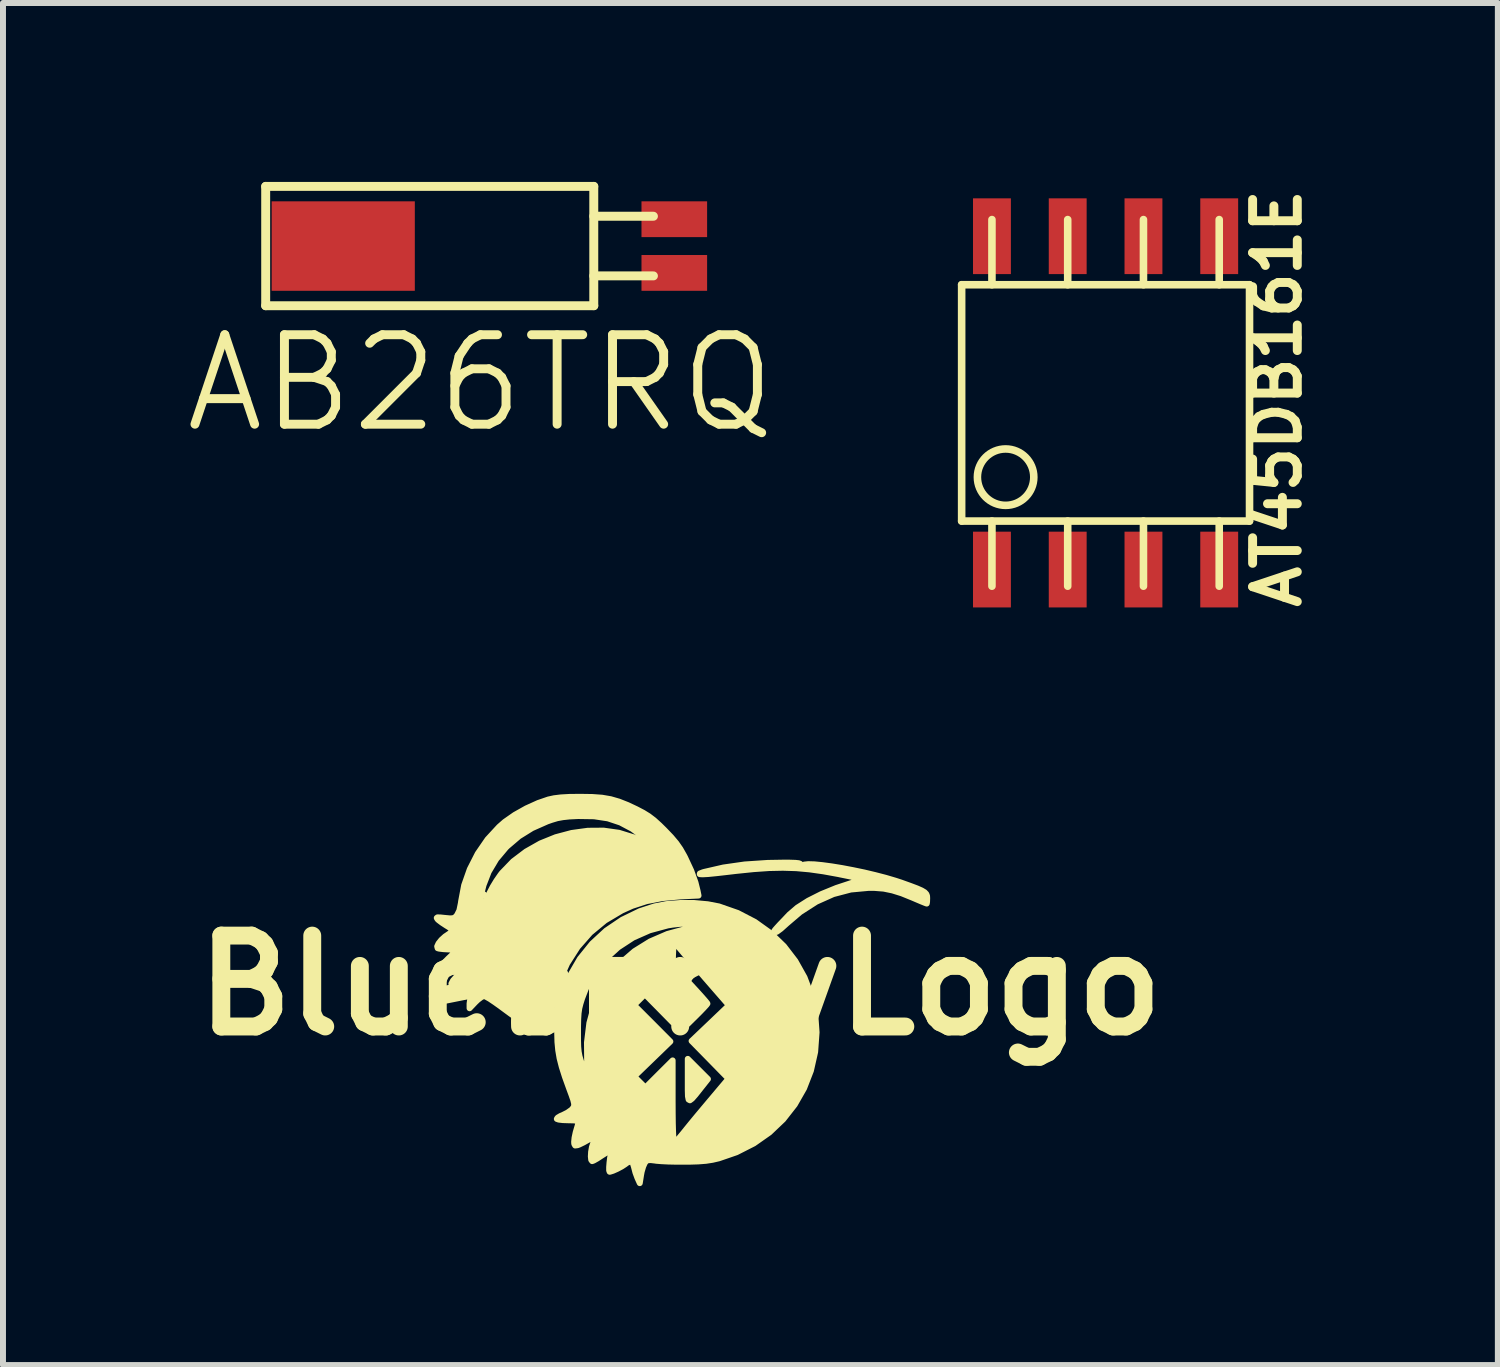
<source format=kicad_pcb>
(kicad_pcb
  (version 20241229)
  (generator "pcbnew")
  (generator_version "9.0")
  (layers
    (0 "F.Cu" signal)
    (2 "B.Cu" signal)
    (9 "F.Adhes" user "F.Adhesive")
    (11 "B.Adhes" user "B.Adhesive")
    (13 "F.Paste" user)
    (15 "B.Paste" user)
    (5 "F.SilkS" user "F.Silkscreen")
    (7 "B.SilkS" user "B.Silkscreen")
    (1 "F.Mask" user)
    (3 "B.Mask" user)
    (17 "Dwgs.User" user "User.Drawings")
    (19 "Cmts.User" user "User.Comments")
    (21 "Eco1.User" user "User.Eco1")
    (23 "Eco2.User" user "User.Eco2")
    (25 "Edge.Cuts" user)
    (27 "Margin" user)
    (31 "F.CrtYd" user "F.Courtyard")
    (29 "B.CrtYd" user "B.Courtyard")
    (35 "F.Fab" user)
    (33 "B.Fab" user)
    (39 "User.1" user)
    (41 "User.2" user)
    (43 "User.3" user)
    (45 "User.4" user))
  (footprint "AB26TRQ"
    (layer "F.Cu")
    (at 3.904 1.075)
    (property "Reference" "AB26TRQ" (at 1.1 2.3 0) (layer "F.SilkS") (effects (font (size 1.5 1.5) (thickness 0.15))))
    (attr through_hole)
    (fp_line (start -2.5 -1) (end -2.5 1) (stroke (width 0.15) (type solid)) (layer "F.SilkS"))
    (fp_line (start -2.5 1) (end 3 1) (stroke (width 0.15) (type solid)) (layer "F.SilkS"))
    (fp_line (start 3 -1) (end -2.5 -1) (stroke (width 0.15) (type solid)) (layer "F.SilkS"))
    (fp_line (start 3 -0.5) (end 4 -0.5) (stroke (width 0.15) (type solid)) (layer "F.SilkS"))
    (fp_line (start 3 0.5) (end 4 0.5) (stroke (width 0.15) (type solid)) (layer "F.SilkS"))
    (fp_line (start 3 1) (end 3 -1) (stroke (width 0.15) (type solid)) (layer "F.SilkS"))
    (pad "" smd rect (at -1.2 0) (size 2.4 1.5) (layers "F.Cu" "F.Mask" "F.Paste"))
    (pad "1" smd rect (at 4.35 0.45) (size 1.1 0.6) (layers "F.Cu" "F.Mask" "F.Paste"))
    (pad "2" smd rect (at 4.35 -0.45) (size 1.1 0.6) (layers "F.Cu" "F.Mask" "F.Paste")))
  (footprint "BlueberryLogo"
    (layer "F.Cu")
    (at 8.353 13.469)
    (property "Reference" "BlueberryLogo" (at 0 0 0) (layer "F.SilkS") (effects (font (size 1.524 1.524) (thickness 0.3))))
    (attr through_hole)
    (fp_poly (pts (xy -3.277 -1.511) (xy -3.289 -1.499) (xy -3.302 -1.511) (xy -3.289 -1.524) (xy -3.277 -1.511)) (stroke (width 0.1) (type solid)) (fill yes) (layer "F.SilkS"))
    (fp_poly (pts (xy 0.456 0.306) (xy 0.44 0.328) (xy 0.395 0.377) (xy 0.33 0.445) (xy 0.292 0.483) (xy 0.127 0.646) (xy 0.128 0.291) (xy 0.128 -0.064) (xy 0.292 0.114) (xy 0.362 0.192) (xy 0.418 0.256) (xy 0.451 0.296) (xy 0.456 0.306)) (stroke (width 0.1) (type solid)) (fill yes) (layer "F.SilkS"))
    (fp_poly (pts (xy 0.465 1.57) (xy 0.335 1.734) (xy 0.256 1.834) (xy 0.199 1.899) (xy 0.163 1.926) (xy 0.141 1.914) (xy 0.13 1.859) (xy 0.127 1.759) (xy 0.127 1.611) (xy 0.127 1.597) (xy 0.127 1.232) (xy 0.296 1.401) (xy 0.465 1.57)) (stroke (width 0.1) (type solid)) (fill yes) (layer "F.SilkS"))
    (fp_poly (pts (xy 4.14 -1.461) (xy 4.138 -1.402) (xy 4.133 -1.372) (xy 4.132 -1.372) (xy 4.107 -1.381) (xy 4.045 -1.406) (xy 3.958 -1.443) (xy 3.897 -1.469) (xy 3.715 -1.543) (xy 3.558 -1.592) (xy 3.412 -1.622) (xy 3.259 -1.634) (xy 3.162 -1.635) (xy 2.859 -1.607) (xy 2.566 -1.53) (xy 2.282 -1.403) (xy 2.011 -1.229) (xy 1.787 -1.038) (xy 1.688 -0.949) (xy 1.62 -0.899) (xy 1.582 -0.888) (xy 1.575 -0.904) (xy 1.578 -0.914) (xy 1.592 -0.933) (xy 1.621 -0.966) (xy 1.671 -1.021) (xy 1.748 -1.101) (xy 1.828 -1.186) (xy 1.965 -1.304) (xy 2.146 -1.419) (xy 2.366 -1.53) (xy 2.618 -1.633) (xy 2.87 -1.716) (xy 2.954 -1.744) (xy 3.009 -1.768) (xy 3.026 -1.784) (xy 3.023 -1.787) (xy 2.984 -1.797) (xy 2.907 -1.814) (xy 2.801 -1.836) (xy 2.677 -1.861) (xy 2.654 -1.866) (xy 2.401 -1.912) (xy 2.168 -1.945) (xy 1.946 -1.965) (xy 1.722 -1.972) (xy 1.487 -1.967) (xy 1.229 -1.949) (xy 0.937 -1.919) (xy 0.792 -1.902) (xy 0.607 -1.881) (xy 0.467 -1.867) (xy 0.374 -1.862) (xy 0.328 -1.865) (xy 0.33 -1.876) (xy 0.381 -1.896) (xy 0.406 -1.903) (xy 0.724 -1.976) (xy 1.081 -2.027) (xy 1.468 -2.053) (xy 1.704 -2.057) (xy 1.839 -2.057) (xy 1.93 -2.054) (xy 1.986 -2.048) (xy 2.012 -2.038) (xy 2.017 -2.024) (xy 2.016 -2.019) (xy 2.017 -1.987) (xy 2.029 -1.981) (xy 2.056 -1.999) (xy 2.057 -2.007) (xy 2.081 -2.025) (xy 2.147 -2.032) (xy 2.25 -2.029) (xy 2.382 -2.016) (xy 2.538 -1.995) (xy 2.711 -1.967) (xy 2.895 -1.932) (xy 3.083 -1.893) (xy 3.268 -1.849) (xy 3.445 -1.803) (xy 3.607 -1.755) (xy 3.699 -1.725) (xy 3.855 -1.669) (xy 3.969 -1.626) (xy 4.048 -1.591) (xy 4.098 -1.561) (xy 4.126 -1.531) (xy 4.138 -1.499) (xy 4.14 -1.461)) (stroke (width 0.1) (type solid)) (fill yes) (layer "F.SilkS"))
    (fp_poly (pts (xy 0.307 -1.506) (xy -0.005 -1.491) (xy -0.302 -1.463) (xy -0.455 -1.433) (xy -0.455 -2.329) (xy -0.483 -2.368) (xy -0.548 -2.431) (xy -0.598 -2.473) (xy -0.801 -2.623) (xy -1.002 -2.73) (xy -1.212 -2.8) (xy -1.443 -2.835) (xy -1.704 -2.839) (xy -1.714 -2.839) (xy -1.858 -2.832) (xy -1.968 -2.82) (xy -2.061 -2.803) (xy -2.154 -2.775) (xy -2.229 -2.749) (xy -2.484 -2.636) (xy -2.703 -2.5) (xy -2.9 -2.332) (xy -2.922 -2.31) (xy -3.084 -2.117) (xy -3.211 -1.904) (xy -3.297 -1.682) (xy -3.316 -1.607) (xy -3.337 -1.503) (xy -3.348 -1.44) (xy -3.35 -1.409) (xy -3.341 -1.403) (xy -3.327 -1.41) (xy -3.309 -1.4) (xy -3.302 -1.354) (xy -3.298 -1.309) (xy -3.285 -1.309) (xy -3.277 -1.321) (xy -3.255 -1.375) (xy -3.252 -1.397) (xy -3.237 -1.457) (xy -3.199 -1.545) (xy -3.145 -1.649) (xy -3.08 -1.756) (xy -3.012 -1.854) (xy -2.988 -1.885) (xy -2.801 -2.079) (xy -2.583 -2.244) (xy -2.343 -2.38) (xy -2.086 -2.484) (xy -1.819 -2.555) (xy -1.549 -2.592) (xy -1.283 -2.594) (xy -1.027 -2.558) (xy -0.788 -2.484) (xy -0.598 -2.386) (xy -0.512 -2.336) (xy -0.465 -2.318) (xy -0.455 -2.329) (xy -0.455 -1.433) (xy -0.565 -1.412) (xy -0.807 -1.333) (xy -0.978 -1.256) (xy -1.261 -1.088) (xy -1.509 -0.883) (xy -1.72 -0.643) (xy -1.895 -0.369) (xy -2.033 -0.061) (xy -2.132 0.28) (xy -2.144 0.335) (xy -2.164 0.439) (xy -2.178 0.533) (xy -2.185 0.597) (xy -2.185 0.602) (xy -2.193 0.693) (xy -2.212 0.758) (xy -2.241 0.786) (xy -2.245 0.786) (xy -2.282 0.777) (xy -2.35 0.752) (xy -2.413 0.727) (xy -2.513 0.682) (xy -2.612 0.629) (xy -2.72 0.561) (xy -2.847 0.473) (xy -3.003 0.358) (xy -3.012 0.351) (xy -3.109 0.282) (xy -3.194 0.225) (xy -3.258 0.189) (xy -3.289 0.178) (xy -3.331 0.195) (xy -3.391 0.24) (xy -3.433 0.28) (xy -3.531 0.383) (xy -3.531 0.305) (xy -3.52 0.228) (xy -3.496 0.143) (xy -3.493 0.136) (xy -3.468 0.075) (xy -3.455 0.039) (xy -3.454 0.035) (xy -3.478 0.03) (xy -3.539 0.027) (xy -3.627 0.025) (xy -3.645 0.025) (xy -3.756 0.021) (xy -3.819 0.005) (xy -3.836 -0.028) (xy -3.808 -0.082) (xy -3.738 -0.161) (xy -3.729 -0.17) (xy -3.622 -0.279) (xy -3.817 -0.279) (xy -3.918 -0.283) (xy -3.986 -0.291) (xy -4.013 -0.304) (xy -4.013 -0.305) (xy -3.996 -0.334) (xy -3.95 -0.387) (xy -3.886 -0.453) (xy -3.874 -0.464) (xy -3.735 -0.597) (xy -3.888 -0.603) (xy -3.974 -0.608) (xy -4.039 -0.616) (xy -4.066 -0.623) (xy -4.074 -0.654) (xy -4.051 -0.704) (xy -4.004 -0.763) (xy -3.941 -0.82) (xy -3.908 -0.842) (xy -3.85 -0.882) (xy -3.815 -0.912) (xy -3.811 -0.92) (xy -3.83 -0.942) (xy -3.881 -0.978) (xy -3.922 -1.003) (xy -3.994 -1.05) (xy -4.051 -1.093) (xy -4.068 -1.109) (xy -4.081 -1.131) (xy -4.069 -1.14) (xy -4.023 -1.139) (xy -3.946 -1.131) (xy -3.859 -1.123) (xy -3.807 -1.126) (xy -3.772 -1.143) (xy -3.741 -1.178) (xy -3.702 -1.257) (xy -3.677 -1.377) (xy -3.673 -1.408) (xy -3.622 -1.678) (xy -3.527 -1.948) (xy -3.394 -2.209) (xy -3.229 -2.449) (xy -3.036 -2.658) (xy -2.94 -2.742) (xy -2.774 -2.858) (xy -2.58 -2.967) (xy -2.379 -3.058) (xy -2.21 -3.116) (xy -2.114 -3.137) (xy -2.001 -3.151) (xy -1.861 -3.159) (xy -1.682 -3.161) (xy -1.676 -3.161) (xy -1.476 -3.158) (xy -1.31 -3.146) (xy -1.166 -3.121) (xy -1.028 -3.081) (xy -0.881 -3.023) (xy -0.737 -2.955) (xy -0.622 -2.895) (xy -0.528 -2.837) (xy -0.44 -2.77) (xy -0.344 -2.683) (xy -0.266 -2.606) (xy -0.152 -2.487) (xy -0.066 -2.385) (xy 0.003 -2.286) (xy 0.067 -2.173) (xy 0.081 -2.146) (xy 0.185 -1.923) (xy 0.256 -1.725) (xy 0.291 -1.585) (xy 0.307 -1.506)) (stroke (width 0.1) (type solid)) (fill yes) (layer "F.SilkS"))
    (fp_poly (pts (xy 2.286 0.787) (xy 2.262 1.116) (xy 2.191 1.43) (xy 2.076 1.726) (xy 1.92 1.999) (xy 1.726 2.247) (xy 1.497 2.465) (xy 1.235 2.649) (xy 0.944 2.797) (xy 0.817 2.841) (xy 0.817 0.335) (xy 0.415 -0.127) (xy 0.381 -0.167) (xy 0.381 -1.022) (xy 0.358 -1.034) (xy 0.295 -1.04) (xy 0.204 -1.041) (xy 0.095 -1.038) (xy -0.02 -1.03) (xy -0.13 -1.018) (xy -0.21 -1.005) (xy -0.514 -0.923) (xy -0.792 -0.8) (xy -1.04 -0.638) (xy -1.257 -0.441) (xy -1.438 -0.21) (xy -1.581 0.052) (xy -1.644 0.216) (xy -1.672 0.305) (xy -1.692 0.384) (xy -1.704 0.466) (xy -1.71 0.565) (xy -1.713 0.695) (xy -1.713 0.775) (xy -1.713 0.921) (xy -1.71 1.03) (xy -1.702 1.114) (xy -1.688 1.188) (xy -1.666 1.264) (xy -1.64 1.34) (xy -1.606 1.433) (xy -1.577 1.506) (xy -1.558 1.545) (xy -1.554 1.549) (xy -1.551 1.526) (xy -1.552 1.463) (xy -1.556 1.37) (xy -1.56 1.302) (xy -1.563 0.957) (xy -1.523 0.631) (xy -1.44 0.327) (xy -1.316 0.048) (xy -1.151 -0.203) (xy -1.004 -0.368) (xy -0.767 -0.573) (xy -0.505 -0.736) (xy -0.214 -0.862) (xy 0.11 -0.95) (xy 0.151 -0.959) (xy 0.251 -0.98) (xy 0.329 -1) (xy 0.374 -1.017) (xy 0.381 -1.022) (xy 0.381 -0.167) (xy 0.3 -0.26) (xy 0.194 -0.383) (xy 0.101 -0.49) (xy 0.029 -0.575) (xy -0.019 -0.632) (xy -0.034 -0.651) (xy -0.074 -0.694) (xy -0.104 -0.711) (xy -0.11 -0.687) (xy -0.116 -0.617) (xy -0.121 -0.507) (xy -0.124 -0.363) (xy -0.127 -0.19) (xy -0.127 -0.046) (xy -0.127 0.62) (xy -0.359 0.384) (xy -0.592 0.148) (xy -0.683 0.239) (xy -0.774 0.33) (xy -0.469 0.635) (xy -0.165 0.941) (xy -0.468 1.234) (xy -0.771 1.527) (xy -0.678 1.62) (xy -0.584 1.714) (xy -0.356 1.486) (xy -0.127 1.258) (xy -0.127 1.95) (xy -0.126 2.143) (xy -0.124 2.312) (xy -0.12 2.452) (xy -0.115 2.557) (xy -0.11 2.622) (xy -0.104 2.642) (xy -0.078 2.623) (xy -0.031 2.574) (xy 0.028 2.503) (xy 0.045 2.483) (xy 0.102 2.412) (xy 0.184 2.311) (xy 0.283 2.191) (xy 0.391 2.062) (xy 0.49 1.944) (xy 0.81 1.564) (xy 0.501 1.248) (xy 0.191 0.932) (xy 0.504 0.634) (xy 0.817 0.335) (xy 0.817 2.841) (xy 0.648 2.899) (xy 0.54 2.924) (xy 0.43 2.941) (xy 0.302 2.951) (xy 0.143 2.956) (xy 0.089 2.956) (xy -0.055 2.956) (xy -0.195 2.953) (xy -0.315 2.947) (xy -0.402 2.94) (xy -0.411 2.938) (xy -0.494 2.928) (xy -0.543 2.931) (xy -0.573 2.948) (xy -0.595 2.978) (xy -0.621 3.037) (xy -0.646 3.123) (xy -0.656 3.176) (xy -0.678 3.315) (xy -0.718 3.226) (xy -0.751 3.136) (xy -0.775 3.043) (xy -0.775 3.042) (xy -0.797 2.973) (xy -0.831 2.95) (xy -0.886 2.971) (xy -0.922 2.998) (xy -0.98 3.036) (xy -1.055 3.076) (xy -1.127 3.108) (xy -1.178 3.124) (xy -1.183 3.124) (xy -1.191 3.102) (xy -1.191 3.045) (xy -1.185 2.971) (xy -1.176 2.895) (xy -1.163 2.833) (xy -1.156 2.813) (xy -1.15 2.778) (xy -1.174 2.773) (xy -1.231 2.8) (xy -1.321 2.857) (xy -1.393 2.904) (xy -1.45 2.936) (xy -1.476 2.946) (xy -1.492 2.924) (xy -1.498 2.868) (xy -1.494 2.792) (xy -1.48 2.712) (xy -1.46 2.65) (xy -1.432 2.576) (xy -1.43 2.541) (xy -1.458 2.543) (xy -1.523 2.578) (xy -1.543 2.59) (xy -1.622 2.634) (xy -1.692 2.668) (xy -1.721 2.679) (xy -1.761 2.684) (xy -1.776 2.658) (xy -1.778 2.622) (xy -1.771 2.553) (xy -1.752 2.464) (xy -1.74 2.423) (xy -1.718 2.349) (xy -1.705 2.295) (xy -1.702 2.28) (xy -1.725 2.27) (xy -1.786 2.263) (xy -1.872 2.261) (xy -1.878 2.261) (xy -1.968 2.258) (xy -2.036 2.25) (xy -2.068 2.239) (xy -2.068 2.238) (xy -2.055 2.218) (xy -2.006 2.189) (xy -1.968 2.173) (xy -1.889 2.133) (xy -1.823 2.086) (xy -1.807 2.069) (xy -1.787 2.041) (xy -1.777 2.014) (xy -1.779 1.977) (xy -1.793 1.92) (xy -1.823 1.834) (xy -1.86 1.734) (xy -1.932 1.534) (xy -1.985 1.367) (xy -2.022 1.222) (xy -2.045 1.087) (xy -2.058 0.95) (xy -2.062 0.797) (xy -2.062 0.775) (xy -2.052 0.53) (xy -2.019 0.312) (xy -1.958 0.101) (xy -1.865 -0.122) (xy -1.845 -0.165) (xy -1.681 -0.447) (xy -1.478 -0.699) (xy -1.24 -0.919) (xy -0.971 -1.101) (xy -0.676 -1.244) (xy -0.431 -1.324) (xy -0.231 -1.363) (xy -0.003 -1.381) (xy 0.234 -1.381) (xy 0.461 -1.36) (xy 0.648 -1.324) (xy 0.963 -1.214) (xy 1.252 -1.064) (xy 1.512 -0.878) (xy 1.739 -0.658) (xy 1.93 -0.409) (xy 2.084 -0.134) (xy 2.196 0.163) (xy 2.264 0.478) (xy 2.286 0.787)) (stroke (width 0.1) (type solid)) (fill yes) (layer "F.SilkS")))
  (footprint "AT45DB161E"
    (layer "F.Cu")
    (at 15.484 3.704)
    (property "Reference" "AT45DB161E" (at 2.875 -0.075 90) (layer "F.SilkS") (effects (font (size 0.749 0.749) (thickness 0.15))))
    (attr smd)
    (fp_line (start -2.413 -1.981) (end -2.413 1.981) (stroke (width 0.127) (type solid)) (layer "F.SilkS"))
    (fp_line (start -2.413 1.981) (end 2.413 1.981) (stroke (width 0.127) (type solid)) (layer "F.SilkS"))
    (fp_line (start -1.905 -1.981) (end -1.905 -3.073) (stroke (width 0.127) (type solid)) (layer "F.SilkS"))
    (fp_line (start -1.905 3.073) (end -1.905 1.981) (stroke (width 0.127) (type solid)) (layer "F.SilkS"))
    (fp_line (start -0.635 -1.981) (end -0.635 -3.073) (stroke (width 0.127) (type solid)) (layer "F.SilkS"))
    (fp_line (start -0.635 3.073) (end -0.635 1.981) (stroke (width 0.127) (type solid)) (layer "F.SilkS"))
    (fp_line (start 0.635 -1.981) (end 0.635 -3.073) (stroke (width 0.127) (type solid)) (layer "F.SilkS"))
    (fp_line (start 0.635 3.073) (end 0.635 1.981) (stroke (width 0.127) (type solid)) (layer "F.SilkS"))
    (fp_line (start 1.905 -3.073) (end 1.905 -1.981) (stroke (width 0.127) (type solid)) (layer "F.SilkS"))
    (fp_line (start 1.905 1.981) (end 1.905 3.073) (stroke (width 0.127) (type solid)) (layer "F.SilkS"))
    (fp_line (start 2.413 -1.981) (end -2.413 -1.981) (stroke (width 0.127) (type solid)) (layer "F.SilkS"))
    (fp_line (start 2.413 1.981) (end 2.413 -1.981) (stroke (width 0.127) (type solid)) (layer "F.SilkS"))
    (fp_circle (center -1.676 1.245) (end -1.956 1.626) (stroke (width 0.127) (type solid)) (fill no) (layer "F.SilkS"))
    (pad "1" smd rect (at -1.905 2.794) (size 0.635 1.27) (layers "F.Cu" "F.Mask" "F.Paste"))
    (pad "2" smd rect (at -0.635 2.794) (size 0.635 1.27) (layers "F.Cu" "F.Mask" "F.Paste"))
    (pad "3" smd rect (at 0.635 2.794) (size 0.635 1.27) (layers "F.Cu" "F.Mask" "F.Paste"))
    (pad "4" smd rect (at 1.905 2.794) (size 0.635 1.27) (layers "F.Cu" "F.Mask" "F.Paste"))
    (pad "5" smd rect (at 1.905 -2.794) (size 0.635 1.27) (layers "F.Cu" "F.Mask" "F.Paste"))
    (pad "6" smd rect (at 0.635 -2.794) (size 0.635 1.27) (layers "F.Cu" "F.Mask" "F.Paste"))
    (pad "7" smd rect (at -0.635 -2.794) (size 0.635 1.27) (layers "F.Cu" "F.Mask" "F.Paste"))
    (pad "8" smd rect (at -1.905 -2.794) (size 0.635 1.27) (layers "F.Cu" "F.Mask" "F.Paste")))
  (gr_rect
    (start -3 -3)
    (end 22.06 19.834)
    (stroke (width 0.1) (type default))
    (fill no)
    (layer "Edge.Cuts")))
</source>
